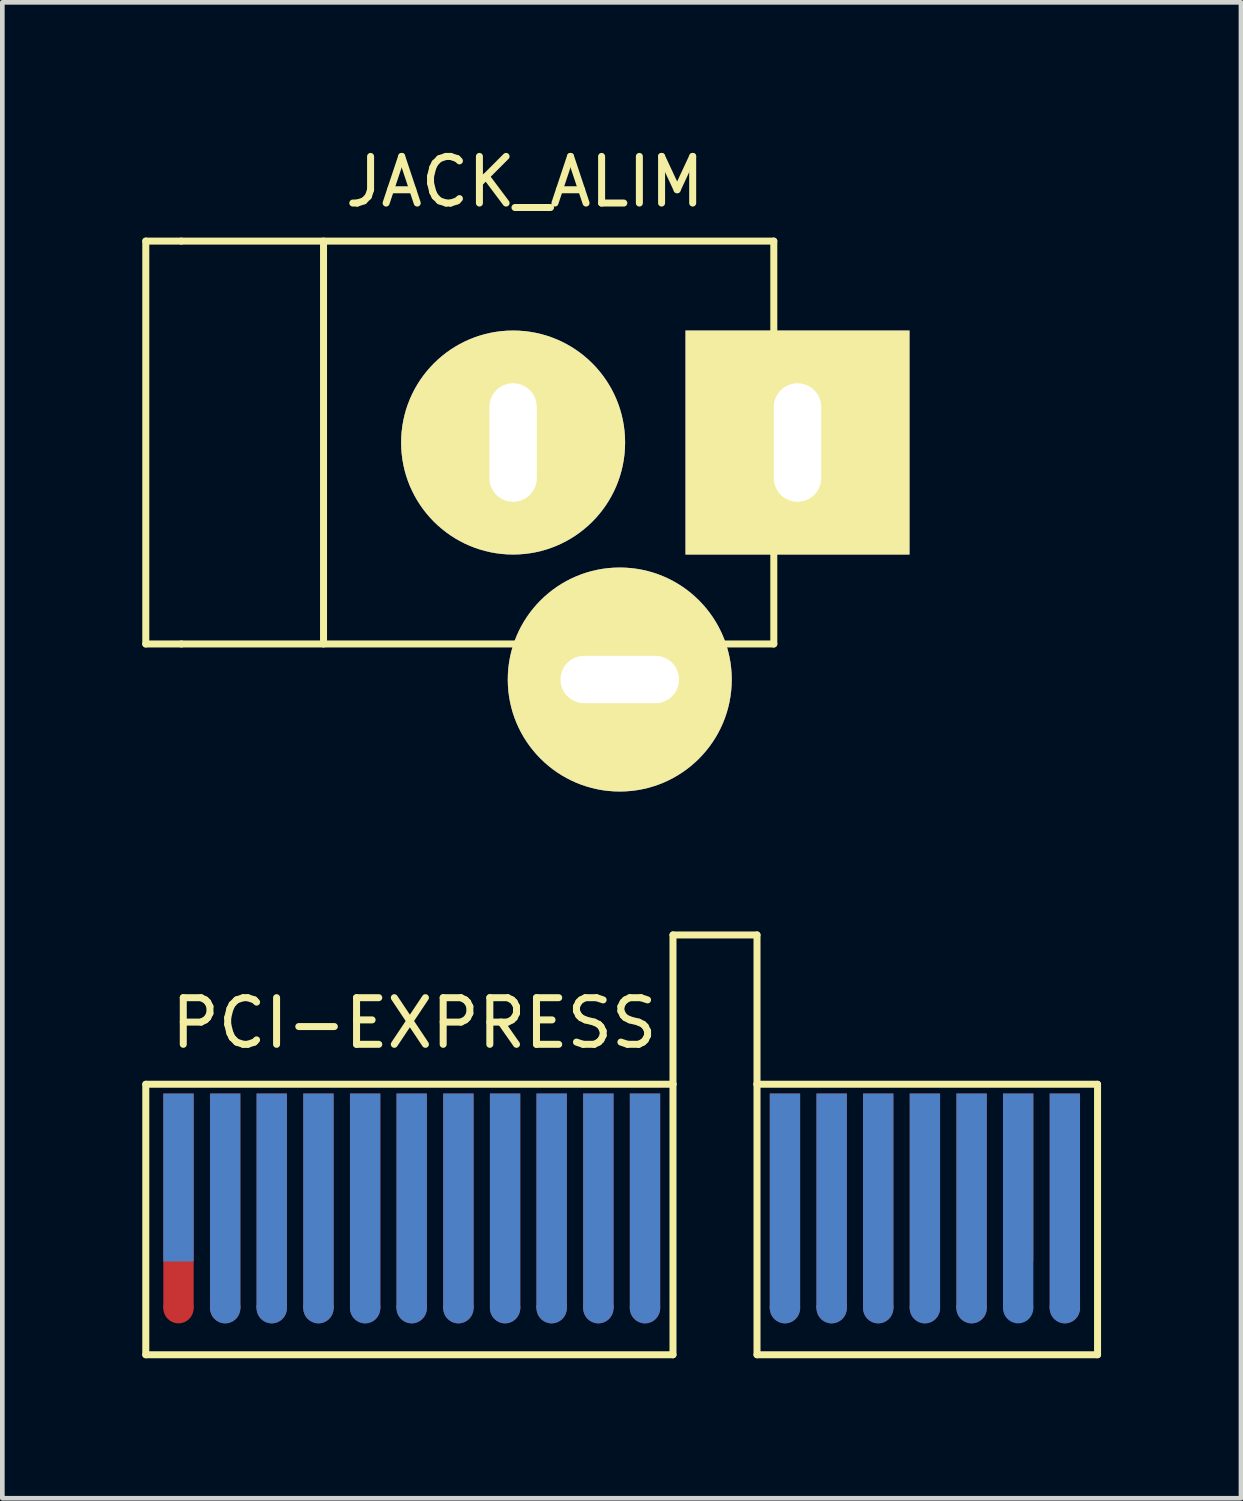
<source format=kicad_pcb>
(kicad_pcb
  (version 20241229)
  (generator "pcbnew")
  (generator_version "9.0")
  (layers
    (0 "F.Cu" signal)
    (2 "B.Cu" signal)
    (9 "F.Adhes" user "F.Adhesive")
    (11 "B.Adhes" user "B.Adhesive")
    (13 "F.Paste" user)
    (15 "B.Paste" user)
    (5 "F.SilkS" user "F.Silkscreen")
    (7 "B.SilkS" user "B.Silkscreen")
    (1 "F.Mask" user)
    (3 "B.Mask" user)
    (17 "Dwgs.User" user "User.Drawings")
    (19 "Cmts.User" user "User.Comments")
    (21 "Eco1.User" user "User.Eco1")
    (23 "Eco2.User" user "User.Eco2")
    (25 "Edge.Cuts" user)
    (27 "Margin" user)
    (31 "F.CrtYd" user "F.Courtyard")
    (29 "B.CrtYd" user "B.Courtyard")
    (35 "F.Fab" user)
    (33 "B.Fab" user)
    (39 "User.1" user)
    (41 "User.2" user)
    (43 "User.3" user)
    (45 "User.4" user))
  (footprint "PCI-EXPRESS"
    (layer "F.Cu")
    (at 10.276 22.691)
    (property "Reference" "PCI-EXPRESS" (at -4.445 -3.81 0) (layer "F.SilkS") (effects (font (size 1 1) (thickness 0.15))))
    (attr through_hole)
    (fp_line (start -10.201 -2.499) (end 1.1 -2.499) (stroke (width 0.15) (type solid)) (layer "F.SilkS"))
    (fp_line (start -10.201 3.299) (end -10.201 -2.499) (stroke (width 0.15) (type solid)) (layer "F.SilkS"))
    (fp_line (start 1.1 -5.7) (end 2.901 -5.7) (stroke (width 0.15) (type solid)) (layer "F.SilkS"))
    (fp_line (start 1.1 -2.499) (end 1.1 -5.7) (stroke (width 0.15) (type solid)) (layer "F.SilkS"))
    (fp_line (start 1.1 -2.499) (end 1.1 3.299) (stroke (width 0.15) (type solid)) (layer "F.SilkS"))
    (fp_line (start 1.1 3.299) (end -10.201 3.299) (stroke (width 0.15) (type solid)) (layer "F.SilkS"))
    (fp_line (start 2.901 -5.7) (end 2.901 -2.499) (stroke (width 0.15) (type solid)) (layer "F.SilkS"))
    (fp_line (start 2.901 -2.499) (end 2.901 3.299) (stroke (width 0.15) (type solid)) (layer "F.SilkS"))
    (fp_line (start 2.901 3.299) (end 10.201 3.299) (stroke (width 0.15) (type solid)) (layer "F.SilkS"))
    (fp_line (start 10.201 -2.499) (end 2.901 -2.499) (stroke (width 0.15) (type solid)) (layer "F.SilkS"))
    (fp_line (start 10.201 -2.499) (end 10.201 3.299) (stroke (width 0.15) (type solid)) (layer "F.SilkS"))
    (pad "" connect circle (at -9.5 2.301) (size 0.65 0.65) (layers "F.Cu" "F.Mask"))
    (pad "" connect circle (at -8.499 2.301) (size 0.65 0.65) (layers "F.Cu" "F.Mask"))
    (pad "" connect oval (at -8.499 2.301 90) (size 0.65 0.65) (layers "B.Cu" "B.Mask"))
    (pad "" connect circle (at -7.501 2.301) (size 0.65 0.65) (layers "F.Cu" "F.Mask"))
    (pad "" connect oval (at -7.501 2.301 90) (size 0.65 0.65) (layers "B.Cu" "B.Mask"))
    (pad "" connect circle (at -6.5 2.301) (size 0.65 0.65) (layers "F.Cu" "F.Mask"))
    (pad "" connect oval (at -6.5 2.301 90) (size 0.65 0.65) (layers "B.Cu" "B.Mask"))
    (pad "" connect circle (at -5.499 2.301) (size 0.65 0.65) (layers "F.Cu" "F.Mask"))
    (pad "" connect oval (at -5.499 2.301 90) (size 0.65 0.65) (layers "B.Cu" "B.Mask"))
    (pad "" connect circle (at -4.501 2.301) (size 0.65 0.65) (layers "F.Cu" "F.Mask"))
    (pad "" connect oval (at -4.501 2.301 90) (size 0.65 0.65) (layers "B.Cu" "B.Mask"))
    (pad "" connect circle (at -3.5 2.301) (size 0.65 0.65) (layers "F.Cu" "F.Mask"))
    (pad "" connect oval (at -3.5 2.301 90) (size 0.65 0.65) (layers "B.Cu" "B.Mask"))
    (pad "" connect circle (at -2.499 2.301) (size 0.65 0.65) (layers "F.Cu" "F.Mask"))
    (pad "" connect oval (at -2.499 2.301 90) (size 0.65 0.65) (layers "B.Cu" "B.Mask"))
    (pad "" connect circle (at -1.501 2.301) (size 0.65 0.65) (layers "F.Cu" "F.Mask"))
    (pad "" connect oval (at -1.501 2.301 90) (size 0.65 0.65) (layers "B.Cu" "B.Mask"))
    (pad "" connect circle (at -0.5 2.301) (size 0.65 0.65) (layers "F.Cu" "F.Mask"))
    (pad "" connect oval (at -0.5 2.301 90) (size 0.65 0.65) (layers "B.Cu" "B.Mask"))
    (pad "" connect circle (at 0.5 2.301) (size 0.65 0.65) (layers "F.Cu" "F.Mask"))
    (pad "" connect oval (at 0.5 2.301 90) (size 0.65 0.65) (layers "B.Cu" "B.Mask"))
    (pad "" connect circle (at 3.5 2.301) (size 0.65 0.65) (layers "F.Cu" "F.Mask"))
    (pad "" connect oval (at 3.5 2.301 90) (size 0.65 0.65) (layers "B.Cu" "B.Mask"))
    (pad "" connect circle (at 4.501 2.301) (size 0.65 0.65) (layers "F.Cu" "F.Mask"))
    (pad "" connect oval (at 4.501 2.301 90) (size 0.65 0.65) (layers "B.Cu" "B.Mask"))
    (pad "" connect circle (at 5.499 2.301) (size 0.65 0.65) (layers "F.Cu" "F.Mask"))
    (pad "" connect oval (at 5.499 2.301 90) (size 0.65 0.65) (layers "B.Cu" "B.Mask"))
    (pad "" connect circle (at 6.5 2.301) (size 0.65 0.65) (layers "F.Cu" "F.Mask"))
    (pad "" connect oval (at 6.5 2.301 90) (size 0.65 0.65) (layers "B.Cu" "B.Mask"))
    (pad "" connect circle (at 7.501 2.301) (size 0.65 0.65) (layers "F.Cu" "F.Mask"))
    (pad "" connect oval (at 7.501 2.301 90) (size 0.65 0.65) (layers "B.Cu" "B.Mask"))
    (pad "" connect oval (at 8.499 2.301 90) (size 0.65 0.65) (layers "B.Cu" "B.Mask"))
    (pad "" connect circle (at 9.5 2.301) (size 0.65 0.65) (layers "F.Cu" "F.Mask"))
    (pad "" connect oval (at 9.5 2.301 90) (size 0.65 0.65) (layers "B.Cu" "B.Mask"))
    (pad "A1" connect rect (at -9.5 -0.5) (size 0.65 3.599) (layers "B.Cu" "B.Mask"))
    (pad "A2" connect rect (at -8.499 0) (size 0.65 4.6) (layers "B.Cu" "B.Mask"))
    (pad "A3" connect rect (at -7.501 0) (size 0.65 4.6) (layers "B.Cu" "B.Mask"))
    (pad "A4" connect rect (at -6.5 0) (size 0.65 4.6) (layers "B.Cu" "B.Mask"))
    (pad "A5" connect rect (at -5.499 0) (size 0.65 4.6) (layers "B.Cu" "B.Mask"))
    (pad "A6" connect rect (at -4.501 0) (size 0.65 4.6) (layers "B.Cu" "B.Mask"))
    (pad "A7" connect rect (at -3.5 0) (size 0.65 4.6) (layers "B.Cu" "B.Mask"))
    (pad "A8" connect rect (at -2.499 0) (size 0.65 4.6) (layers "B.Cu" "B.Mask"))
    (pad "A9" connect rect (at -1.501 0) (size 0.65 4.6) (layers "B.Cu" "B.Mask"))
    (pad "A10" connect rect (at -0.5 0) (size 0.65 4.6) (layers "B.Cu" "B.Mask"))
    (pad "A11" connect rect (at 0.5 0) (size 0.65 4.6) (layers "B.Cu" "B.Mask"))
    (pad "A12" connect rect (at 3.5 0) (size 0.65 4.6) (layers "B.Cu" "B.Mask"))
    (pad "A13" connect rect (at 4.501 0) (size 0.65 4.6) (layers "B.Cu" "B.Mask"))
    (pad "A14" connect rect (at 5.499 0) (size 0.65 4.6) (layers "B.Cu" "B.Mask"))
    (pad "A15" connect rect (at 6.5 0) (size 0.65 4.6) (layers "B.Cu" "B.Mask"))
    (pad "A16" connect rect (at 7.501 0) (size 0.65 4.6) (layers "B.Cu" "B.Mask"))
    (pad "A17" connect rect (at 8.499 0) (size 0.65 4.6) (layers "B.Cu" "B.Mask"))
    (pad "A18" connect rect (at 9.5 0) (size 0.65 4.6) (layers "B.Cu" "B.Mask"))
    (pad "B1" connect rect (at -9.5 0) (size 0.65 4.6) (layers "F.Cu" "F.Mask"))
    (pad "B2" connect rect (at -8.499 0) (size 0.65 4.6) (layers "F.Cu" "F.Mask"))
    (pad "B3" connect rect (at -7.501 0) (size 0.65 4.6) (layers "F.Cu" "F.Mask"))
    (pad "B4" connect rect (at -6.5 0) (size 0.65 4.6) (layers "F.Cu" "F.Mask"))
    (pad "B5" connect rect (at -5.499 0) (size 0.65 4.6) (layers "F.Cu" "F.Mask"))
    (pad "B6" connect rect (at -4.501 0) (size 0.65 4.6) (layers "F.Cu" "F.Mask"))
    (pad "B7" connect rect (at -3.5 0) (size 0.65 4.6) (layers "F.Cu" "F.Mask"))
    (pad "B8" connect rect (at -2.499 0) (size 0.65 4.6) (layers "F.Cu" "F.Mask"))
    (pad "B9" connect rect (at -1.501 0) (size 0.65 4.6) (layers "F.Cu" "F.Mask"))
    (pad "B10" connect rect (at -0.5 0) (size 0.65 4.6) (layers "F.Cu" "F.Mask"))
    (pad "B11" connect rect (at 0.5 0) (size 0.65 4.6) (layers "F.Cu" "F.Mask"))
    (pad "B12" connect rect (at 3.5 0) (size 0.65 4.6) (layers "F.Cu" "F.Mask"))
    (pad "B13" connect rect (at 4.501 0) (size 0.65 4.6) (layers "F.Cu" "F.Mask"))
    (pad "B14" connect rect (at 5.499 0) (size 0.65 4.6) (layers "F.Cu" "F.Mask"))
    (pad "B15" connect rect (at 6.5 0) (size 0.65 4.6) (layers "F.Cu" "F.Mask"))
    (pad "B16" connect rect (at 7.501 0) (size 0.65 4.6) (layers "F.Cu" "F.Mask"))
    (pad "B17" connect rect (at 8.499 -0.5) (size 0.65 3.599) (layers "F.Cu" "F.Mask"))
    (pad "B18" connect rect (at 9.5 0) (size 0.65 4.6) (layers "F.Cu" "F.Mask")))
  (footprint "JACK_ALIM"
    (layer "F.Cu")
    (at 7.949 6.436)
    (property "Reference" "JACK_ALIM" (at 0.254 -5.588 0) (layer "F.SilkS") (effects (font (size 1 1) (thickness 0.15))))
    (attr through_hole)
    (fp_line (start -7.874 -4.318) (end -7.874 4.318) (stroke (width 0.15) (type solid)) (layer "F.SilkS"))
    (fp_line (start -7.874 4.318) (end -7.112 4.318) (stroke (width 0.15) (type solid)) (layer "F.SilkS"))
    (fp_line (start -7.112 -4.318) (end -7.874 -4.318) (stroke (width 0.15) (type solid)) (layer "F.SilkS"))
    (fp_line (start -7.112 -4.318) (end 5.588 -4.318) (stroke (width 0.15) (type solid)) (layer "F.SilkS"))
    (fp_line (start -7.112 4.318) (end 5.588 4.318) (stroke (width 0.15) (type solid)) (layer "F.SilkS"))
    (fp_line (start -4.064 -4.318) (end -4.064 4.318) (stroke (width 0.15) (type solid)) (layer "F.SilkS"))
    (fp_line (start 5.588 -4.318) (end 5.588 4.318) (stroke (width 0.15) (type solid)) (layer "F.SilkS"))
    (pad "1" thru_hole rect (at 6.096 0) (size 4.801 4.801) (drill oval 1.016 2.54) (layers "*.Cu" "*.Mask" "F.SilkS"))
    (pad "2" thru_hole circle (at 0 0) (size 4.801 4.801) (drill oval 1.016 2.54) (layers "*.Cu" "*.Mask" "F.SilkS"))
    (pad "3" thru_hole circle (at 2.286 5.08) (size 4.801 4.801) (drill oval 2.54 1.016) (layers "*.Cu" "*.Mask" "F.SilkS")))
  (gr_rect
    (start -3 -3)
    (end 23.551 29.066)
    (stroke (width 0.1) (type default))
    (fill no)
    (layer "Edge.Cuts")))
</source>
